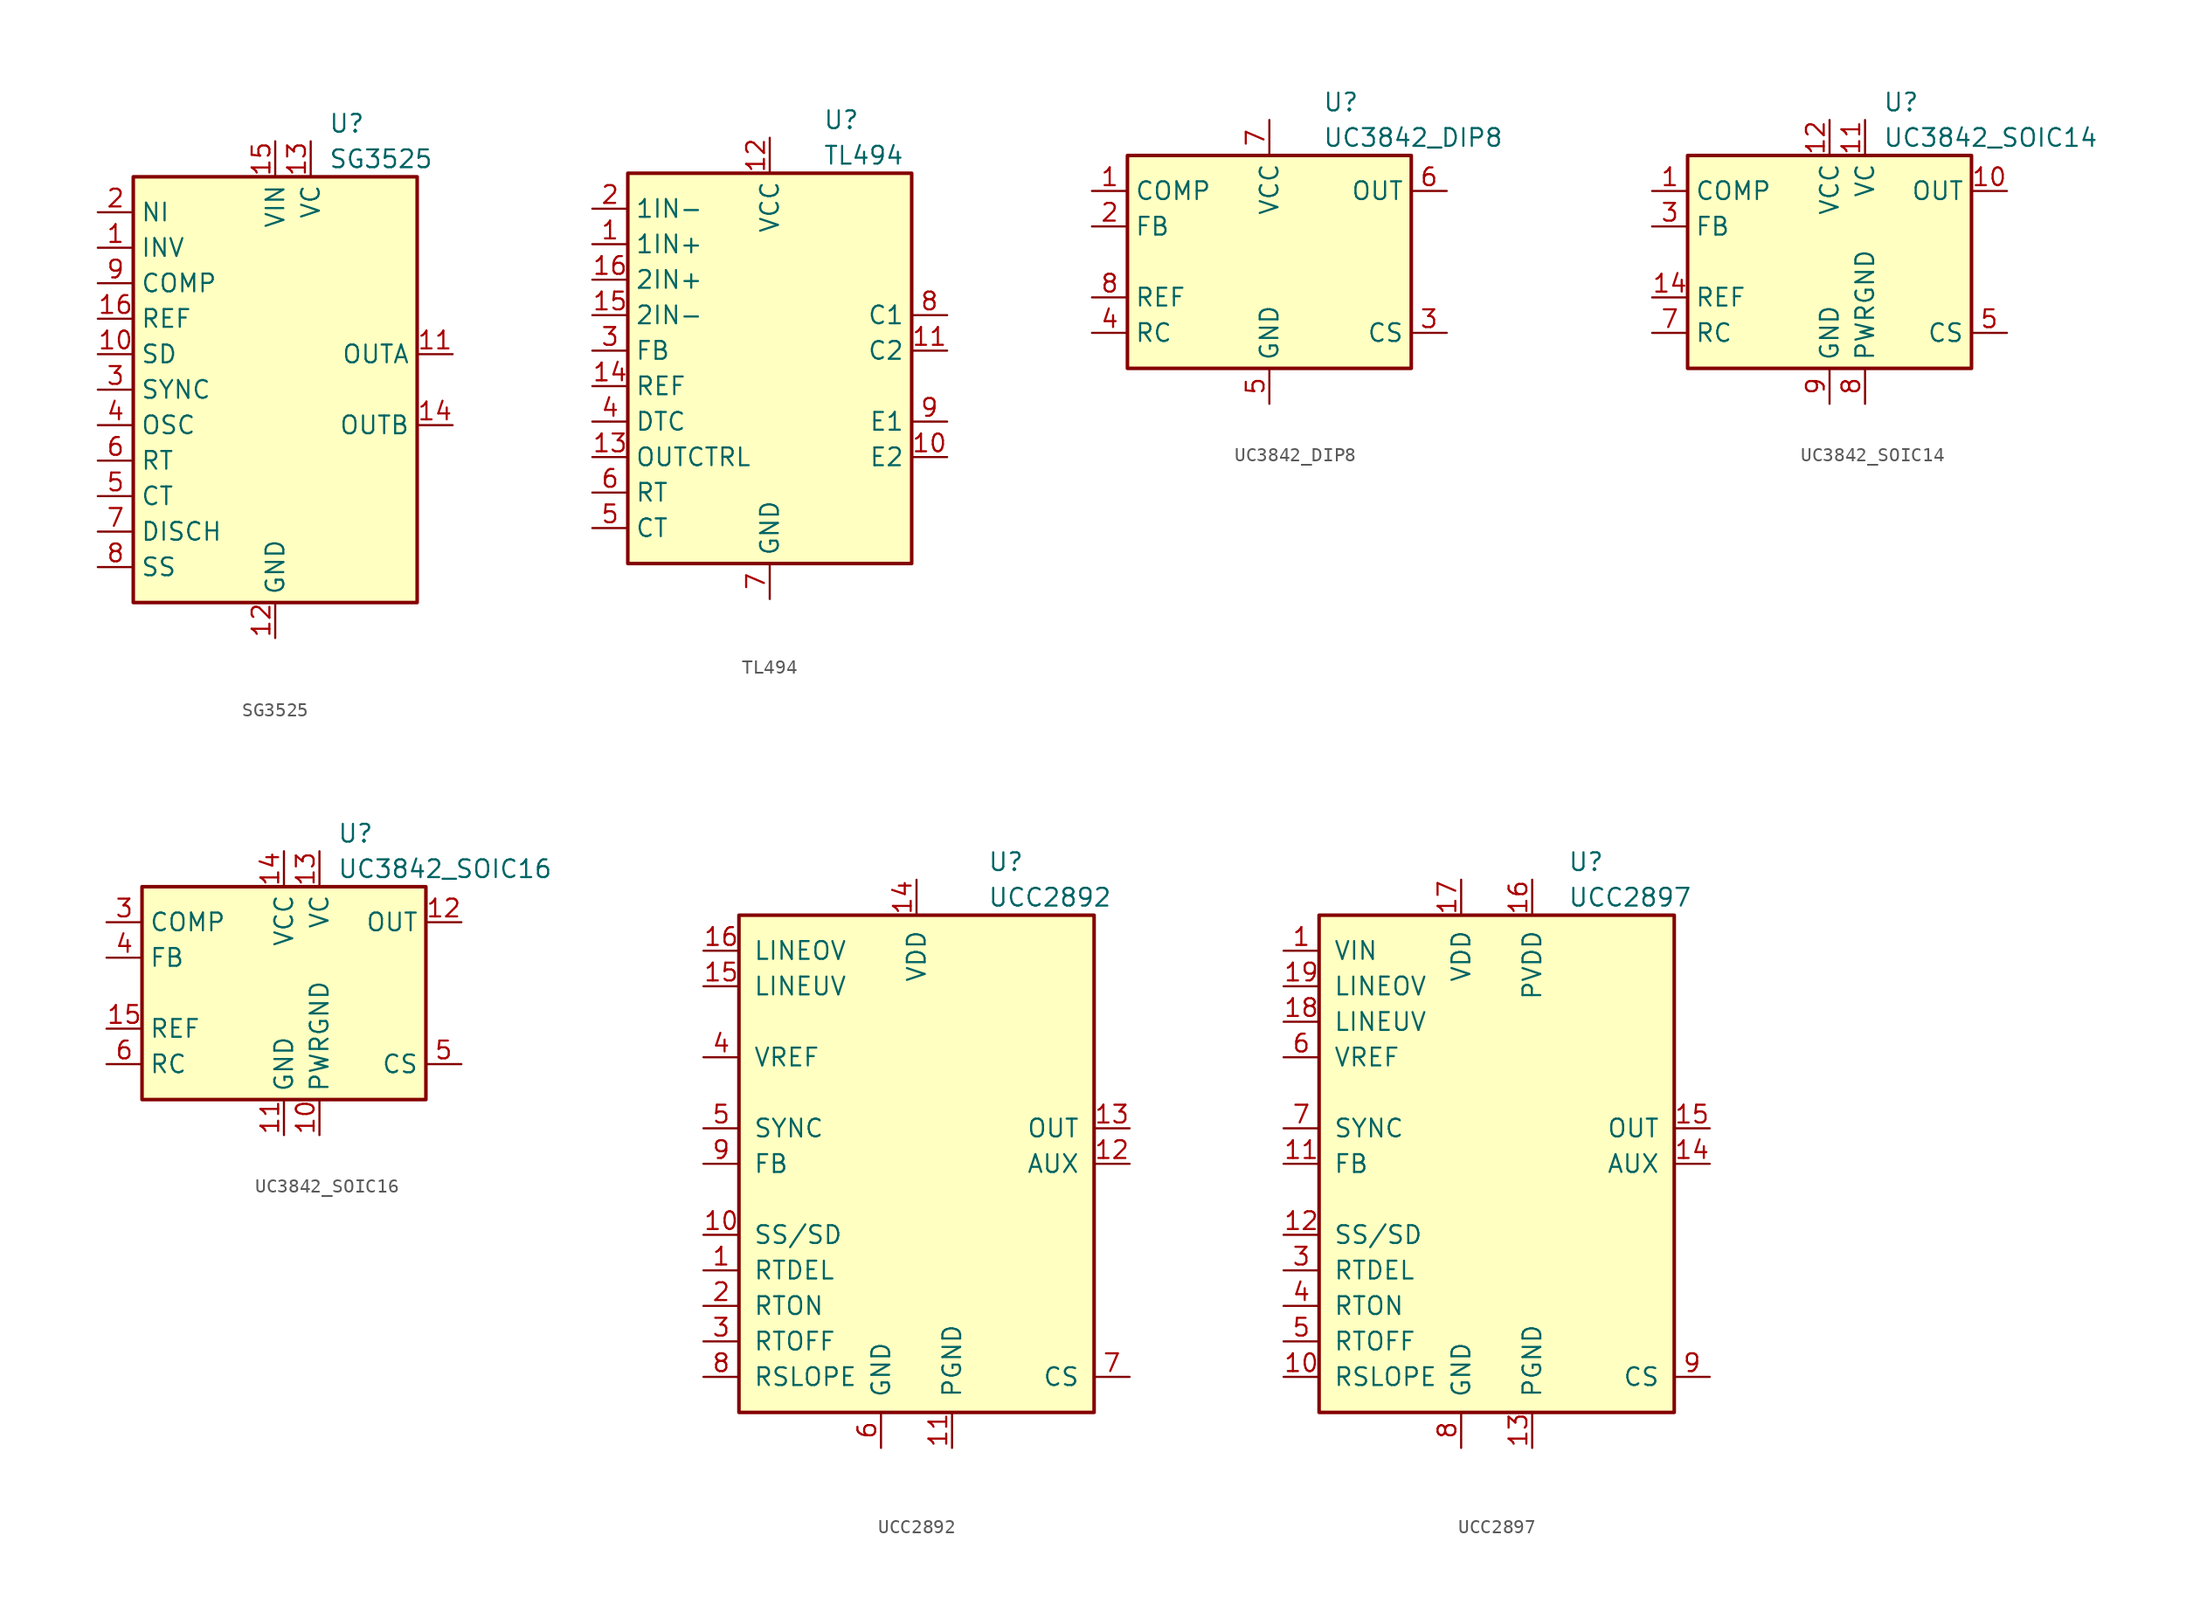
<source format=kicad_sym>
(kicad_symbol_lib
  (version 20201005)
  (generator kicad_symbol_editor)
  (symbol "SG3525"
    (property "Reference" "U"
      (at 3.81 19.05 0)
      (effects (font (size 1.27 1.27)) (justify left)))
    (property "Value" "SG3525"
      (at 3.81 16.51 0)
      (effects (font (size 1.27 1.27)) (justify left)))
    (symbol "SG3525_0_1"
      (rectangle (start -10.16 -15.24) (end 10.16 15.24) (stroke (width 0.254)) (fill (type background))))
    (symbol "SG3525_1_1"
      (pin input line (at -12.7 10.16 0) (length 2.54) (name "INV" (effects (font (size 1.27 1.27)))) (number "1" (effects (font (size 1.27 1.27)))))
      (pin passive line (at -12.7 2.54 0) (length 2.54) (name "SD" (effects (font (size 1.27 1.27)))) (number "10" (effects (font (size 1.27 1.27)))))
      (pin output line (at 12.7 2.54 180) (length 2.54) (name "OUTA" (effects (font (size 1.27 1.27)))) (number "11" (effects (font (size 1.27 1.27)))))
      (pin power_in line (at 0 -17.78 90) (length 2.54) (name "GND" (effects (font (size 1.27 1.27)))) (number "12" (effects (font (size 1.27 1.27)))))
      (pin power_in line (at 2.54 17.78 270) (length 2.54) (name "VC" (effects (font (size 1.27 1.27)))) (number "13" (effects (font (size 1.27 1.27)))))
      (pin output line (at 12.7 -2.54 180) (length 2.54) (name "OUTB" (effects (font (size 1.27 1.27)))) (number "14" (effects (font (size 1.27 1.27)))))
      (pin power_in line (at 0 17.78 270) (length 2.54) (name "VIN" (effects (font (size 1.27 1.27)))) (number "15" (effects (font (size 1.27 1.27)))))
      (pin power_in line (at -12.7 5.08 0) (length 2.54) (name "REF" (effects (font (size 1.27 1.27)))) (number "16" (effects (font (size 1.27 1.27)))))
      (pin input line (at -12.7 12.7 0) (length 2.54) (name "NI" (effects (font (size 1.27 1.27)))) (number "2" (effects (font (size 1.27 1.27)))))
      (pin passive line (at -12.7 0 0) (length 2.54) (name "SYNC" (effects (font (size 1.27 1.27)))) (number "3" (effects (font (size 1.27 1.27)))))
      (pin output line (at -12.7 -2.54 0) (length 2.54) (name "OSC" (effects (font (size 1.27 1.27)))) (number "4" (effects (font (size 1.27 1.27)))))
      (pin passive line (at -12.7 -7.62 0) (length 2.54) (name "CT" (effects (font (size 1.27 1.27)))) (number "5" (effects (font (size 1.27 1.27)))))
      (pin passive line (at -12.7 -5.08 0) (length 2.54) (name "RT" (effects (font (size 1.27 1.27)))) (number "6" (effects (font (size 1.27 1.27)))))
      (pin open_collector line (at -12.7 -10.16 0) (length 2.54) (name "DISCH" (effects (font (size 1.27 1.27)))) (number "7" (effects (font (size 1.27 1.27)))))
      (pin passive line (at -12.7 -12.7 0) (length 2.54) (name "SS" (effects (font (size 1.27 1.27)))) (number "8" (effects (font (size 1.27 1.27)))))
      (pin passive line (at -12.7 7.62 0) (length 2.54) (name "COMP" (effects (font (size 1.27 1.27)))) (number "9" (effects (font (size 1.27 1.27)))))))
  (symbol "TL494"
    (property "Reference" "U"
      (at 3.81 19.05 0)
      (effects (font (size 1.27 1.27)) (justify left)))
    (property "Value" "TL494"
      (at 3.81 16.51 0)
      (effects (font (size 1.27 1.27)) (justify left)))
    (symbol "TL494_0_1"
      (rectangle (start -10.16 -12.7) (end 10.16 15.24) (stroke (width 0.254)) (fill (type background))))
    (symbol "TL494_1_1"
      (pin input line (at -12.7 10.16 0) (length 2.54) (name "1IN+" (effects (font (size 1.27 1.27)))) (number "1" (effects (font (size 1.27 1.27)))))
      (pin passive line (at 12.7 -5.08 180) (length 2.54) (name "E2" (effects (font (size 1.27 1.27)))) (number "10" (effects (font (size 1.27 1.27)))))
      (pin passive line (at 12.7 2.54 180) (length 2.54) (name "C2" (effects (font (size 1.27 1.27)))) (number "11" (effects (font (size 1.27 1.27)))))
      (pin power_in line (at 0 17.78 270) (length 2.54) (name "VCC" (effects (font (size 1.27 1.27)))) (number "12" (effects (font (size 1.27 1.27)))))
      (pin input line (at -12.7 -5.08 0) (length 2.54) (name "OUTCTRL" (effects (font (size 1.27 1.27)))) (number "13" (effects (font (size 1.27 1.27)))))
      (pin power_out line (at -12.7 0 0) (length 2.54) (name "REF" (effects (font (size 1.27 1.27)))) (number "14" (effects (font (size 1.27 1.27)))))
      (pin input line (at -12.7 5.08 0) (length 2.54) (name "2IN-" (effects (font (size 1.27 1.27)))) (number "15" (effects (font (size 1.27 1.27)))))
      (pin input line (at -12.7 7.62 0) (length 2.54) (name "2IN+" (effects (font (size 1.27 1.27)))) (number "16" (effects (font (size 1.27 1.27)))))
      (pin input line (at -12.7 12.7 0) (length 2.54) (name "1IN-" (effects (font (size 1.27 1.27)))) (number "2" (effects (font (size 1.27 1.27)))))
      (pin output line (at -12.7 2.54 0) (length 2.54) (name "FB" (effects (font (size 1.27 1.27)))) (number "3" (effects (font (size 1.27 1.27)))))
      (pin input line (at -12.7 -2.54 0) (length 2.54) (name "DTC" (effects (font (size 1.27 1.27)))) (number "4" (effects (font (size 1.27 1.27)))))
      (pin passive line (at -12.7 -10.16 0) (length 2.54) (name "CT" (effects (font (size 1.27 1.27)))) (number "5" (effects (font (size 1.27 1.27)))))
      (pin passive line (at -12.7 -7.62 0) (length 2.54) (name "RT" (effects (font (size 1.27 1.27)))) (number "6" (effects (font (size 1.27 1.27)))))
      (pin power_in line (at 0 -15.24 90) (length 2.54) (name "GND" (effects (font (size 1.27 1.27)))) (number "7" (effects (font (size 1.27 1.27)))))
      (pin passive line (at 12.7 5.08 180) (length 2.54) (name "C1" (effects (font (size 1.27 1.27)))) (number "8" (effects (font (size 1.27 1.27)))))
      (pin passive line (at 12.7 -2.54 180) (length 2.54) (name "E1" (effects (font (size 1.27 1.27)))) (number "9" (effects (font (size 1.27 1.27)))))))
  (symbol "UC3842_DIP8"
    (property "Reference" "U"
      (at 3.81 11.43 0)
      (effects (font (size 1.27 1.27)) (justify left)))
    (property "Value" "UC3842_DIP8"
      (at 3.81 8.89 0)
      (effects (font (size 1.27 1.27)) (justify left)))
    (symbol "UC3842_DIP8_0_1"
      (rectangle (start -10.16 -7.62) (end 10.16 7.62) (stroke (width 0.254)) (fill (type background))))
    (symbol "UC3842_DIP8_1_1"
      (pin passive line (at -12.7 5.08 0) (length 2.54) (name "COMP" (effects (font (size 1.27 1.27)))) (number "1" (effects (font (size 1.27 1.27)))))
      (pin input line (at -12.7 2.54 0) (length 2.54) (name "FB" (effects (font (size 1.27 1.27)))) (number "2" (effects (font (size 1.27 1.27)))))
      (pin input line (at 12.7 -5.08 180) (length 2.54) (name "CS" (effects (font (size 1.27 1.27)))) (number "3" (effects (font (size 1.27 1.27)))))
      (pin passive line (at -12.7 -5.08 0) (length 2.54) (name "RC" (effects (font (size 1.27 1.27)))) (number "4" (effects (font (size 1.27 1.27)))))
      (pin power_in line (at 0 -10.16 90) (length 2.54) (name "GND" (effects (font (size 1.27 1.27)))) (number "5" (effects (font (size 1.27 1.27)))))
      (pin output line (at 12.7 5.08 180) (length 2.54) (name "OUT" (effects (font (size 1.27 1.27)))) (number "6" (effects (font (size 1.27 1.27)))))
      (pin power_in line (at 0 10.16 270) (length 2.54) (name "VCC" (effects (font (size 1.27 1.27)))) (number "7" (effects (font (size 1.27 1.27)))))
      (pin power_in line (at -12.7 -2.54 0) (length 2.54) (name "REF" (effects (font (size 1.27 1.27)))) (number "8" (effects (font (size 1.27 1.27)))))))
  (symbol "UC3842_SOIC14"
    (property "Reference" "U"
      (at 3.81 11.43 0)
      (effects (font (size 1.27 1.27)) (justify left)))
    (property "Value" "UC3842_SOIC14"
      (at 3.81 8.89 0)
      (effects (font (size 1.27 1.27)) (justify left)))
    (symbol "UC3842_SOIC14_0_1"
      (rectangle (start -10.16 -7.62) (end 10.16 7.62) (stroke (width 0.254)) (fill (type background))))
    (symbol "UC3842_SOIC14_1_1"
      (pin passive line (at -12.7 5.08 0) (length 2.54) (name "COMP" (effects (font (size 1.27 1.27)))) (number "1" (effects (font (size 1.27 1.27)))))
      (pin output line (at 12.7 5.08 180) (length 2.54) (name "OUT" (effects (font (size 1.27 1.27)))) (number "10" (effects (font (size 1.27 1.27)))))
      (pin power_in line (at 2.54 10.16 270) (length 2.54) (name "VC" (effects (font (size 1.27 1.27)))) (number "11" (effects (font (size 1.27 1.27)))))
      (pin power_in line (at 0 10.16 270) (length 2.54) (name "VCC" (effects (font (size 1.27 1.27)))) (number "12" (effects (font (size 1.27 1.27)))))
      (pin no_connect line (at -2.54 -7.62 90) (length 2.54) hide (name "NC" (effects (font (size 1.27 1.27)))) (number "13" (effects (font (size 1.27 1.27)))))
      (pin power_in line (at -12.7 -2.54 0) (length 2.54) (name "REF" (effects (font (size 1.27 1.27)))) (number "14" (effects (font (size 1.27 1.27)))))
      (pin no_connect line (at -10.16 -7.62 90) (length 2.54) hide (name "NC" (effects (font (size 1.27 1.27)))) (number "2" (effects (font (size 1.27 1.27)))))
      (pin input line (at -12.7 2.54 0) (length 2.54) (name "FB" (effects (font (size 1.27 1.27)))) (number "3" (effects (font (size 1.27 1.27)))))
      (pin no_connect line (at -7.62 -7.62 90) (length 2.54) hide (name "NC" (effects (font (size 1.27 1.27)))) (number "4" (effects (font (size 1.27 1.27)))))
      (pin input line (at 12.7 -5.08 180) (length 2.54) (name "CS" (effects (font (size 1.27 1.27)))) (number "5" (effects (font (size 1.27 1.27)))))
      (pin no_connect line (at -5.08 -7.62 90) (length 2.54) hide (name "NC" (effects (font (size 1.27 1.27)))) (number "6" (effects (font (size 1.27 1.27)))))
      (pin passive line (at -12.7 -5.08 0) (length 2.54) (name "RC" (effects (font (size 1.27 1.27)))) (number "7" (effects (font (size 1.27 1.27)))))
      (pin power_in line (at 2.54 -10.16 90) (length 2.54) (name "PWRGND" (effects (font (size 1.27 1.27)))) (number "8" (effects (font (size 1.27 1.27)))))
      (pin power_in line (at 0 -10.16 90) (length 2.54) (name "GND" (effects (font (size 1.27 1.27)))) (number "9" (effects (font (size 1.27 1.27)))))))
  (symbol "UC3842_SOIC16"
    (property "Reference" "U"
      (at 3.81 11.43 0)
      (effects (font (size 1.27 1.27)) (justify left)))
    (property "Value" "UC3842_SOIC16"
      (at 3.81 8.89 0)
      (effects (font (size 1.27 1.27)) (justify left)))
    (symbol "UC3842_SOIC16_0_1"
      (rectangle (start -10.16 -7.62) (end 10.16 7.62) (stroke (width 0.254)) (fill (type background))))
    (symbol "UC3842_SOIC16_1_1"
      (pin no_connect line (at -10.16 -7.62 90) (length 2.54) hide (name "NC" (effects (font (size 1.27 1.27)))) (number "1" (effects (font (size 1.27 1.27)))))
      (pin power_in line (at 2.54 -10.16 90) (length 2.54) (name "PWRGND" (effects (font (size 1.27 1.27)))) (number "10" (effects (font (size 1.27 1.27)))))
      (pin power_in line (at 0 -10.16 90) (length 2.54) (name "GND" (effects (font (size 1.27 1.27)))) (number "11" (effects (font (size 1.27 1.27)))))
      (pin output line (at 12.7 5.08 180) (length 2.54) (name "OUT" (effects (font (size 1.27 1.27)))) (number "12" (effects (font (size 1.27 1.27)))))
      (pin power_in line (at 2.54 10.16 270) (length 2.54) (name "VC" (effects (font (size 1.27 1.27)))) (number "13" (effects (font (size 1.27 1.27)))))
      (pin power_in line (at 0 10.16 270) (length 2.54) (name "VCC" (effects (font (size 1.27 1.27)))) (number "14" (effects (font (size 1.27 1.27)))))
      (pin power_in line (at -12.7 -2.54 0) (length 2.54) (name "REF" (effects (font (size 1.27 1.27)))) (number "15" (effects (font (size 1.27 1.27)))))
      (pin no_connect line (at 7.62 -7.62 90) (length 2.54) hide (name "NC" (effects (font (size 1.27 1.27)))) (number "16" (effects (font (size 1.27 1.27)))))
      (pin no_connect line (at -7.62 -7.62 90) (length 2.54) hide (name "NC" (effects (font (size 1.27 1.27)))) (number "2" (effects (font (size 1.27 1.27)))))
      (pin passive line (at -12.7 5.08 0) (length 2.54) (name "COMP" (effects (font (size 1.27 1.27)))) (number "3" (effects (font (size 1.27 1.27)))))
      (pin input line (at -12.7 2.54 0) (length 2.54) (name "FB" (effects (font (size 1.27 1.27)))) (number "4" (effects (font (size 1.27 1.27)))))
      (pin input line (at 12.7 -5.08 180) (length 2.54) (name "CS" (effects (font (size 1.27 1.27)))) (number "5" (effects (font (size 1.27 1.27)))))
      (pin passive line (at -12.7 -5.08 0) (length 2.54) (name "RC" (effects (font (size 1.27 1.27)))) (number "6" (effects (font (size 1.27 1.27)))))
      (pin no_connect line (at -5.08 -7.62 90) (length 2.54) hide (name "NC" (effects (font (size 1.27 1.27)))) (number "7" (effects (font (size 1.27 1.27)))))
      (pin no_connect line (at -2.54 -7.62 90) (length 2.54) hide (name "NC" (effects (font (size 1.27 1.27)))) (number "8" (effects (font (size 1.27 1.27)))))
      (pin no_connect line (at 5.08 -7.62 90) (length 2.54) hide (name "NC" (effects (font (size 1.27 1.27)))) (number "9" (effects (font (size 1.27 1.27)))))))
  (symbol "UCC2892"
    (pin_names
      (offset 1.016))
    (property "Reference" "U"
      (at 5.08 21.59 0)
      (effects (font (size 1.27 1.27)) (justify left)))
    (property "Value" "UCC2892"
      (at 5.08 19.05 0)
      (effects (font (size 1.27 1.27)) (justify left)))
    (symbol "UCC2892_0_1"
      (rectangle (start -12.7 -17.78) (end 12.7 17.78) (stroke (width 0.254)) (fill (type background))))
    (symbol "UCC2892_1_1"
      (pin passive line (at -15.24 -7.62 0) (length 2.54) (name "RTDEL" (effects (font (size 1.27 1.27)))) (number "1" (effects (font (size 1.27 1.27)))))
      (pin passive line (at -15.24 -5.08 0) (length 2.54) (name "SS/SD" (effects (font (size 1.27 1.27)))) (number "10" (effects (font (size 1.27 1.27)))))
      (pin power_in line (at 2.54 -20.32 90) (length 2.54) (name "PGND" (effects (font (size 1.27 1.27)))) (number "11" (effects (font (size 1.27 1.27)))))
      (pin output line (at 15.24 0 180) (length 2.54) (name "AUX" (effects (font (size 1.27 1.27)))) (number "12" (effects (font (size 1.27 1.27)))))
      (pin output line (at 15.24 2.54 180) (length 2.54) (name "OUT" (effects (font (size 1.27 1.27)))) (number "13" (effects (font (size 1.27 1.27)))))
      (pin power_in line (at 0 20.32 270) (length 2.54) (name "VDD" (effects (font (size 1.27 1.27)))) (number "14" (effects (font (size 1.27 1.27)))))
      (pin passive line (at -15.24 12.7 0) (length 2.54) (name "LINEUV" (effects (font (size 1.27 1.27)))) (number "15" (effects (font (size 1.27 1.27)))))
      (pin passive line (at -15.24 15.24 0) (length 2.54) (name "LINEOV" (effects (font (size 1.27 1.27)))) (number "16" (effects (font (size 1.27 1.27)))))
      (pin passive line (at -15.24 -10.16 0) (length 2.54) (name "RTON" (effects (font (size 1.27 1.27)))) (number "2" (effects (font (size 1.27 1.27)))))
      (pin passive line (at -15.24 -12.7 0) (length 2.54) (name "RTOFF" (effects (font (size 1.27 1.27)))) (number "3" (effects (font (size 1.27 1.27)))))
      (pin output line (at -15.24 7.62 0) (length 2.54) (name "VREF" (effects (font (size 1.27 1.27)))) (number "4" (effects (font (size 1.27 1.27)))))
      (pin input line (at -15.24 2.54 0) (length 2.54) (name "SYNC" (effects (font (size 1.27 1.27)))) (number "5" (effects (font (size 1.27 1.27)))))
      (pin power_in line (at -2.54 -20.32 90) (length 2.54) (name "GND" (effects (font (size 1.27 1.27)))) (number "6" (effects (font (size 1.27 1.27)))))
      (pin input line (at 15.24 -15.24 180) (length 2.54) (name "CS" (effects (font (size 1.27 1.27)))) (number "7" (effects (font (size 1.27 1.27)))))
      (pin passive line (at -15.24 -15.24 0) (length 2.54) (name "RSLOPE" (effects (font (size 1.27 1.27)))) (number "8" (effects (font (size 1.27 1.27)))))
      (pin input line (at -15.24 0 0) (length 2.54) (name "FB" (effects (font (size 1.27 1.27)))) (number "9" (effects (font (size 1.27 1.27)))))))
  (symbol "UCC2897"
    (pin_names
      (offset 1.016))
    (property "Reference" "U"
      (at 5.08 21.59 0)
      (effects (font (size 1.27 1.27)) (justify left)))
    (property "Value" "UCC2897"
      (at 5.08 19.05 0)
      (effects (font (size 1.27 1.27)) (justify left)))
    (symbol "UCC2897_0_1"
      (rectangle (start -12.7 -17.78) (end 12.7 17.78) (stroke (width 0.254)) (fill (type background))))
    (symbol "UCC2897_1_1"
      (pin input line (at -15.24 15.24 0) (length 2.54) (name "VIN" (effects (font (size 1.27 1.27)))) (number "1" (effects (font (size 1.27 1.27)))))
      (pin passive line (at -15.24 -15.24 0) (length 2.54) (name "RSLOPE" (effects (font (size 1.27 1.27)))) (number "10" (effects (font (size 1.27 1.27)))))
      (pin input line (at -15.24 0 0) (length 2.54) (name "FB" (effects (font (size 1.27 1.27)))) (number "11" (effects (font (size 1.27 1.27)))))
      (pin passive line (at -15.24 -5.08 0) (length 2.54) (name "SS/SD" (effects (font (size 1.27 1.27)))) (number "12" (effects (font (size 1.27 1.27)))))
      (pin power_in line (at 2.54 -20.32 90) (length 2.54) (name "PGND" (effects (font (size 1.27 1.27)))) (number "13" (effects (font (size 1.27 1.27)))))
      (pin output line (at 15.24 0 180) (length 2.54) (name "AUX" (effects (font (size 1.27 1.27)))) (number "14" (effects (font (size 1.27 1.27)))))
      (pin output line (at 15.24 2.54 180) (length 2.54) (name "OUT" (effects (font (size 1.27 1.27)))) (number "15" (effects (font (size 1.27 1.27)))))
      (pin power_in line (at 2.54 20.32 270) (length 2.54) (name "PVDD" (effects (font (size 1.27 1.27)))) (number "16" (effects (font (size 1.27 1.27)))))
      (pin power_in line (at -2.54 20.32 270) (length 2.54) (name "VDD" (effects (font (size 1.27 1.27)))) (number "17" (effects (font (size 1.27 1.27)))))
      (pin passive line (at -15.24 10.16 0) (length 2.54) (name "LINEUV" (effects (font (size 1.27 1.27)))) (number "18" (effects (font (size 1.27 1.27)))))
      (pin passive line (at -15.24 12.7 0) (length 2.54) (name "LINEOV" (effects (font (size 1.27 1.27)))) (number "19" (effects (font (size 1.27 1.27)))))
      (pin no_connect line (at 15.24 15.24 180) (length 2.54) hide (name "N/C" (effects (font (size 1.27 1.27)))) (number "2" (effects (font (size 1.27 1.27)))))
      (pin no_connect line (at 15.24 12.7 180) (length 2.54) hide (name "N/C" (effects (font (size 1.27 1.27)))) (number "20" (effects (font (size 1.27 1.27)))))
      (pin passive line (at -15.24 -7.62 0) (length 2.54) (name "RTDEL" (effects (font (size 1.27 1.27)))) (number "3" (effects (font (size 1.27 1.27)))))
      (pin passive line (at -15.24 -10.16 0) (length 2.54) (name "RTON" (effects (font (size 1.27 1.27)))) (number "4" (effects (font (size 1.27 1.27)))))
      (pin passive line (at -15.24 -12.7 0) (length 2.54) (name "RTOFF" (effects (font (size 1.27 1.27)))) (number "5" (effects (font (size 1.27 1.27)))))
      (pin output line (at -15.24 7.62 0) (length 2.54) (name "VREF" (effects (font (size 1.27 1.27)))) (number "6" (effects (font (size 1.27 1.27)))))
      (pin input line (at -15.24 2.54 0) (length 2.54) (name "SYNC" (effects (font (size 1.27 1.27)))) (number "7" (effects (font (size 1.27 1.27)))))
      (pin power_in line (at -2.54 -20.32 90) (length 2.54) (name "GND" (effects (font (size 1.27 1.27)))) (number "8" (effects (font (size 1.27 1.27)))))
      (pin input line (at 15.24 -15.24 180) (length 2.54) (name "CS" (effects (font (size 1.27 1.27)))) (number "9" (effects (font (size 1.27 1.27))))))))
</source>
